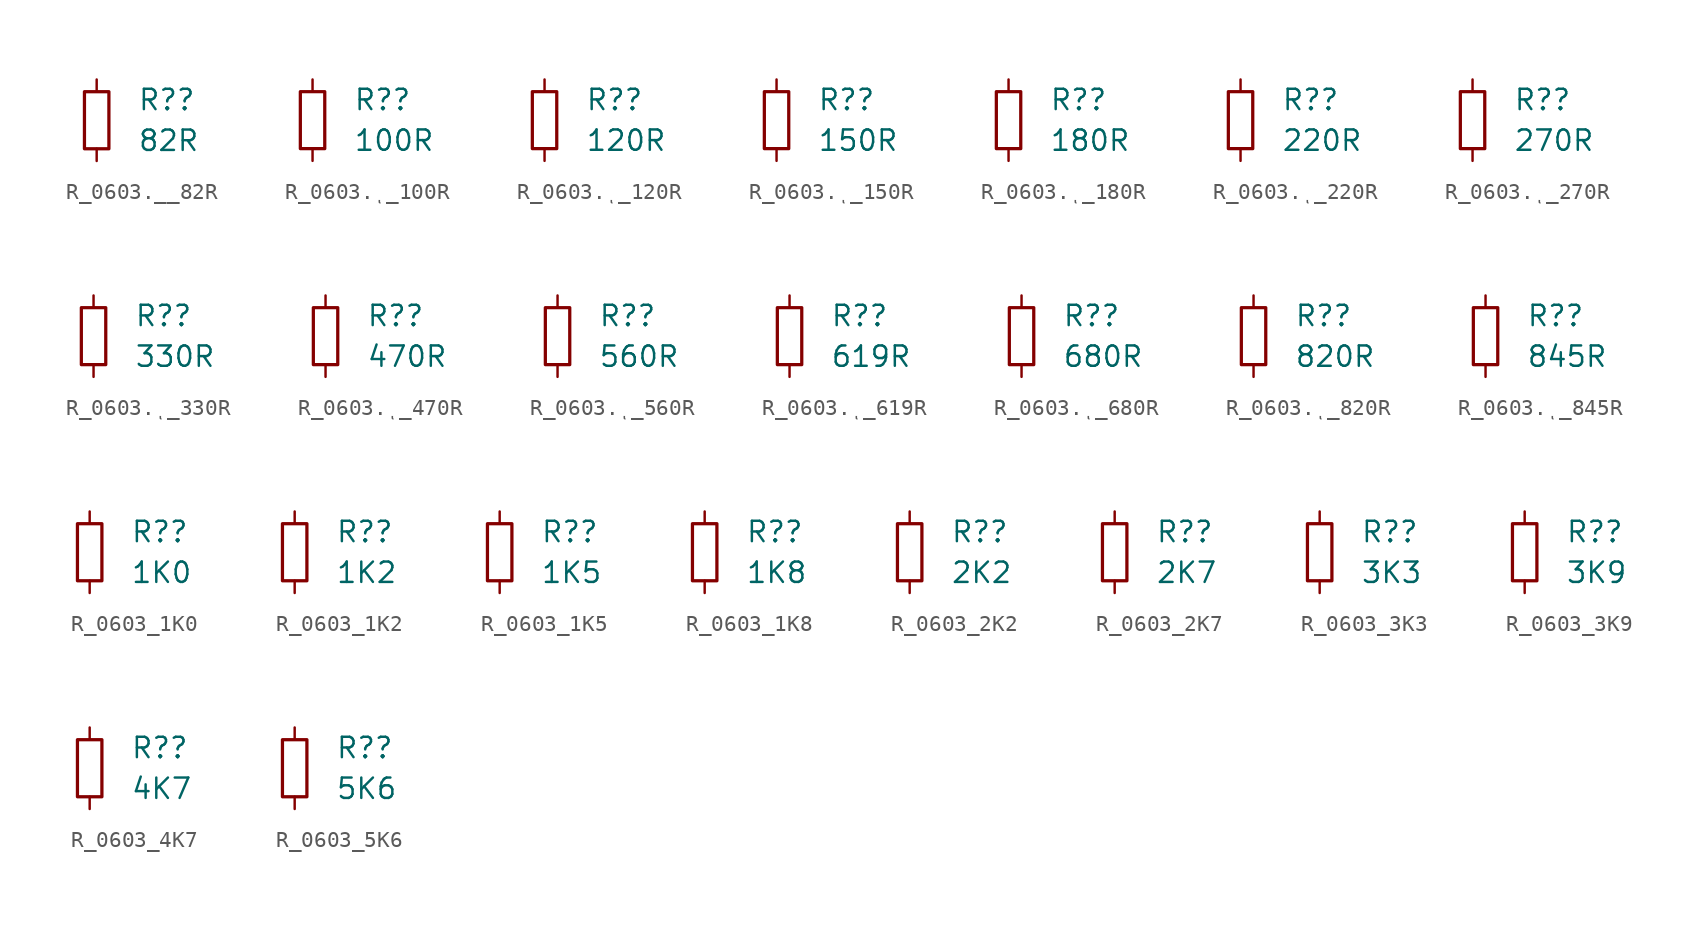
<source format=kicad_sym>
(kicad_symbol_lib
  (version 20231120)
  (generator "kicad_symbol_editor")
  (generator_version "8.0")
  (symbol "R_0603.__82R"
    (pin_numbers hide)
    (pin_names
      (offset 0.254) hide)
    (property "Reference" "R?"
      (at 2.54 1.27 0)
      (effects (font (size 1.27 1.27)) (justify left)))
    (property "Value" "82R"
      (at 2.54 -1.27 0)
      (effects (font (size 1.27 1.27)) (justify left)))
    (symbol "R_0603.__82R_0_1"
      (rectangle (start -0.762 1.778) (end 0.762 -1.778) (stroke (width 0.203) (type default)) (fill (type none))))
    (symbol "R_0603.__82R_1_1"
      (pin passive line (at 0 2.54 270) (length 0.762) (name "~" (effects (font (size 1.27 1.27)))) (number "1" (effects (font (size 1.27 1.27)))))
      (pin passive line (at 0 -2.54 90) (length 0.762) (name "~" (effects (font (size 1.27 1.27)))) (number "2" (effects (font (size 1.27 1.27)))))))
  (symbol "R_0603.ͺ_100R"
    (pin_numbers hide)
    (pin_names
      (offset 0.254) hide)
    (property "Reference" "R?"
      (at 2.54 1.27 0)
      (effects (font (size 1.27 1.27)) (justify left)))
    (property "Value" "100R"
      (at 2.54 -1.27 0)
      (effects (font (size 1.27 1.27)) (justify left)))
    (symbol "R_0603.ͺ_100R_0_1"
      (rectangle (start -0.762 1.778) (end 0.762 -1.778) (stroke (width 0.203) (type default)) (fill (type none))))
    (symbol "R_0603.ͺ_100R_1_1"
      (pin passive line (at 0 2.54 270) (length 0.762) (name "~" (effects (font (size 1.27 1.27)))) (number "1" (effects (font (size 1.27 1.27)))))
      (pin passive line (at 0 -2.54 90) (length 0.762) (name "~" (effects (font (size 1.27 1.27)))) (number "2" (effects (font (size 1.27 1.27)))))))
  (symbol "R_0603.ͺ_120R"
    (pin_numbers hide)
    (pin_names
      (offset 0.254) hide)
    (property "Reference" "R?"
      (at 2.54 1.27 0)
      (effects (font (size 1.27 1.27)) (justify left)))
    (property "Value" "120R"
      (at 2.54 -1.27 0)
      (effects (font (size 1.27 1.27)) (justify left)))
    (symbol "R_0603.ͺ_120R_0_1"
      (rectangle (start -0.762 1.778) (end 0.762 -1.778) (stroke (width 0.203) (type default)) (fill (type none))))
    (symbol "R_0603.ͺ_120R_1_1"
      (pin passive line (at 0 2.54 270) (length 0.762) (name "~" (effects (font (size 1.27 1.27)))) (number "1" (effects (font (size 1.27 1.27)))))
      (pin passive line (at 0 -2.54 90) (length 0.762) (name "~" (effects (font (size 1.27 1.27)))) (number "2" (effects (font (size 1.27 1.27)))))))
  (symbol "R_0603.ͺ_150R"
    (pin_numbers hide)
    (pin_names
      (offset 0.254) hide)
    (property "Reference" "R?"
      (at 2.54 1.27 0)
      (effects (font (size 1.27 1.27)) (justify left)))
    (property "Value" "150R"
      (at 2.54 -1.27 0)
      (effects (font (size 1.27 1.27)) (justify left)))
    (symbol "R_0603.ͺ_150R_0_1"
      (rectangle (start -0.762 1.778) (end 0.762 -1.778) (stroke (width 0.203) (type default)) (fill (type none))))
    (symbol "R_0603.ͺ_150R_1_1"
      (pin passive line (at 0 2.54 270) (length 0.762) (name "~" (effects (font (size 1.27 1.27)))) (number "1" (effects (font (size 1.27 1.27)))))
      (pin passive line (at 0 -2.54 90) (length 0.762) (name "~" (effects (font (size 1.27 1.27)))) (number "2" (effects (font (size 1.27 1.27)))))))
  (symbol "R_0603.ͺ_180R"
    (pin_numbers hide)
    (pin_names
      (offset 0.254) hide)
    (property "Reference" "R?"
      (at 2.54 1.27 0)
      (effects (font (size 1.27 1.27)) (justify left)))
    (property "Value" "180R"
      (at 2.54 -1.27 0)
      (effects (font (size 1.27 1.27)) (justify left)))
    (symbol "R_0603.ͺ_180R_0_1"
      (rectangle (start -0.762 1.778) (end 0.762 -1.778) (stroke (width 0.203) (type default)) (fill (type none))))
    (symbol "R_0603.ͺ_180R_1_1"
      (pin passive line (at 0 2.54 270) (length 0.762) (name "~" (effects (font (size 1.27 1.27)))) (number "1" (effects (font (size 1.27 1.27)))))
      (pin passive line (at 0 -2.54 90) (length 0.762) (name "~" (effects (font (size 1.27 1.27)))) (number "2" (effects (font (size 1.27 1.27)))))))
  (symbol "R_0603.ͺ_220R"
    (pin_numbers hide)
    (pin_names
      (offset 0.254) hide)
    (property "Reference" "R?"
      (at 2.54 1.27 0)
      (effects (font (size 1.27 1.27)) (justify left)))
    (property "Value" "220R"
      (at 2.54 -1.27 0)
      (effects (font (size 1.27 1.27)) (justify left)))
    (symbol "R_0603.ͺ_220R_0_1"
      (rectangle (start -0.762 1.778) (end 0.762 -1.778) (stroke (width 0.203) (type default)) (fill (type none))))
    (symbol "R_0603.ͺ_220R_1_1"
      (pin passive line (at 0 2.54 270) (length 0.762) (name "~" (effects (font (size 1.27 1.27)))) (number "1" (effects (font (size 1.27 1.27)))))
      (pin passive line (at 0 -2.54 90) (length 0.762) (name "~" (effects (font (size 1.27 1.27)))) (number "2" (effects (font (size 1.27 1.27)))))))
  (symbol "R_0603.ͺ_270R"
    (pin_numbers hide)
    (pin_names
      (offset 0.254) hide)
    (property "Reference" "R?"
      (at 2.54 1.27 0)
      (effects (font (size 1.27 1.27)) (justify left)))
    (property "Value" "270R"
      (at 2.54 -1.27 0)
      (effects (font (size 1.27 1.27)) (justify left)))
    (symbol "R_0603.ͺ_270R_0_1"
      (rectangle (start -0.762 1.778) (end 0.762 -1.778) (stroke (width 0.203) (type default)) (fill (type none))))
    (symbol "R_0603.ͺ_270R_1_1"
      (pin passive line (at 0 2.54 270) (length 0.762) (name "~" (effects (font (size 1.27 1.27)))) (number "1" (effects (font (size 1.27 1.27)))))
      (pin passive line (at 0 -2.54 90) (length 0.762) (name "~" (effects (font (size 1.27 1.27)))) (number "2" (effects (font (size 1.27 1.27)))))))
  (symbol "R_0603.ͺ_330R"
    (pin_numbers hide)
    (pin_names
      (offset 0.254) hide)
    (property "Reference" "R?"
      (at 2.54 1.27 0)
      (effects (font (size 1.27 1.27)) (justify left)))
    (property "Value" "330R"
      (at 2.54 -1.27 0)
      (effects (font (size 1.27 1.27)) (justify left)))
    (symbol "R_0603.ͺ_330R_0_1"
      (rectangle (start -0.762 1.778) (end 0.762 -1.778) (stroke (width 0.203) (type default)) (fill (type none))))
    (symbol "R_0603.ͺ_330R_1_1"
      (pin passive line (at 0 2.54 270) (length 0.762) (name "~" (effects (font (size 1.27 1.27)))) (number "1" (effects (font (size 1.27 1.27)))))
      (pin passive line (at 0 -2.54 90) (length 0.762) (name "~" (effects (font (size 1.27 1.27)))) (number "2" (effects (font (size 1.27 1.27)))))))
  (symbol "R_0603.ͺ_470R"
    (pin_numbers hide)
    (pin_names
      (offset 0.254) hide)
    (property "Reference" "R?"
      (at 2.54 1.27 0)
      (effects (font (size 1.27 1.27)) (justify left)))
    (property "Value" "470R"
      (at 2.54 -1.27 0)
      (effects (font (size 1.27 1.27)) (justify left)))
    (symbol "R_0603.ͺ_470R_0_1"
      (rectangle (start -0.762 1.778) (end 0.762 -1.778) (stroke (width 0.203) (type default)) (fill (type none))))
    (symbol "R_0603.ͺ_470R_1_1"
      (pin passive line (at 0 2.54 270) (length 0.762) (name "~" (effects (font (size 1.27 1.27)))) (number "1" (effects (font (size 1.27 1.27)))))
      (pin passive line (at 0 -2.54 90) (length 0.762) (name "~" (effects (font (size 1.27 1.27)))) (number "2" (effects (font (size 1.27 1.27)))))))
  (symbol "R_0603.ͺ_560R"
    (pin_numbers hide)
    (pin_names
      (offset 0.254) hide)
    (property "Reference" "R?"
      (at 2.54 1.27 0)
      (effects (font (size 1.27 1.27)) (justify left)))
    (property "Value" "560R"
      (at 2.54 -1.27 0)
      (effects (font (size 1.27 1.27)) (justify left)))
    (symbol "R_0603.ͺ_560R_0_1"
      (rectangle (start -0.762 1.778) (end 0.762 -1.778) (stroke (width 0.203) (type default)) (fill (type none))))
    (symbol "R_0603.ͺ_560R_1_1"
      (pin passive line (at 0 2.54 270) (length 0.762) (name "~" (effects (font (size 1.27 1.27)))) (number "1" (effects (font (size 1.27 1.27)))))
      (pin passive line (at 0 -2.54 90) (length 0.762) (name "~" (effects (font (size 1.27 1.27)))) (number "2" (effects (font (size 1.27 1.27)))))))
  (symbol "R_0603.ͺ_619R"
    (pin_numbers hide)
    (pin_names
      (offset 0.254) hide)
    (property "Reference" "R?"
      (at 2.54 1.27 0)
      (effects (font (size 1.27 1.27)) (justify left)))
    (property "Value" "619R"
      (at 2.54 -1.27 0)
      (effects (font (size 1.27 1.27)) (justify left)))
    (symbol "R_0603.ͺ_619R_0_1"
      (rectangle (start -0.762 1.778) (end 0.762 -1.778) (stroke (width 0.203) (type default)) (fill (type none))))
    (symbol "R_0603.ͺ_619R_1_1"
      (pin passive line (at 0 2.54 270) (length 0.762) (name "~" (effects (font (size 1.27 1.27)))) (number "1" (effects (font (size 1.27 1.27)))))
      (pin passive line (at 0 -2.54 90) (length 0.762) (name "~" (effects (font (size 1.27 1.27)))) (number "2" (effects (font (size 1.27 1.27)))))))
  (symbol "R_0603.ͺ_680R"
    (pin_numbers hide)
    (pin_names
      (offset 0.254) hide)
    (property "Reference" "R?"
      (at 2.54 1.27 0)
      (effects (font (size 1.27 1.27)) (justify left)))
    (property "Value" "680R"
      (at 2.54 -1.27 0)
      (effects (font (size 1.27 1.27)) (justify left)))
    (symbol "R_0603.ͺ_680R_0_1"
      (rectangle (start -0.762 1.778) (end 0.762 -1.778) (stroke (width 0.203) (type default)) (fill (type none))))
    (symbol "R_0603.ͺ_680R_1_1"
      (pin passive line (at 0 2.54 270) (length 0.762) (name "~" (effects (font (size 1.27 1.27)))) (number "1" (effects (font (size 1.27 1.27)))))
      (pin passive line (at 0 -2.54 90) (length 0.762) (name "~" (effects (font (size 1.27 1.27)))) (number "2" (effects (font (size 1.27 1.27)))))))
  (symbol "R_0603.ͺ_820R"
    (pin_numbers hide)
    (pin_names
      (offset 0.254) hide)
    (property "Reference" "R?"
      (at 2.54 1.27 0)
      (effects (font (size 1.27 1.27)) (justify left)))
    (property "Value" "820R"
      (at 2.54 -1.27 0)
      (effects (font (size 1.27 1.27)) (justify left)))
    (symbol "R_0603.ͺ_820R_0_1"
      (rectangle (start -0.762 1.778) (end 0.762 -1.778) (stroke (width 0.203) (type default)) (fill (type none))))
    (symbol "R_0603.ͺ_820R_1_1"
      (pin passive line (at 0 2.54 270) (length 0.762) (name "~" (effects (font (size 1.27 1.27)))) (number "1" (effects (font (size 1.27 1.27)))))
      (pin passive line (at 0 -2.54 90) (length 0.762) (name "~" (effects (font (size 1.27 1.27)))) (number "2" (effects (font (size 1.27 1.27)))))))
  (symbol "R_0603.ͺ_845R"
    (pin_numbers hide)
    (pin_names
      (offset 0.254) hide)
    (property "Reference" "R?"
      (at 2.54 1.27 0)
      (effects (font (size 1.27 1.27)) (justify left)))
    (property "Value" "845R"
      (at 2.54 -1.27 0)
      (effects (font (size 1.27 1.27)) (justify left)))
    (symbol "R_0603.ͺ_845R_0_1"
      (rectangle (start -0.762 1.778) (end 0.762 -1.778) (stroke (width 0.203) (type default)) (fill (type none))))
    (symbol "R_0603.ͺ_845R_1_1"
      (pin passive line (at 0 2.54 270) (length 0.762) (name "~" (effects (font (size 1.27 1.27)))) (number "1" (effects (font (size 1.27 1.27)))))
      (pin passive line (at 0 -2.54 90) (length 0.762) (name "~" (effects (font (size 1.27 1.27)))) (number "2" (effects (font (size 1.27 1.27)))))))
  (symbol "R_0603_1K0"
    (pin_numbers hide)
    (pin_names
      (offset 0.254) hide)
    (property "Reference" "R?"
      (at 2.54 1.27 0)
      (effects (font (size 1.27 1.27)) (justify left)))
    (property "Value" "1K0"
      (at 2.54 -1.27 0)
      (effects (font (size 1.27 1.27)) (justify left)))
    (symbol "R_0603_1K0_0_1"
      (rectangle (start -0.762 1.778) (end 0.762 -1.778) (stroke (width 0.203) (type default)) (fill (type none))))
    (symbol "R_0603_1K0_1_1"
      (pin passive line (at 0 2.54 270) (length 0.762) (name "~" (effects (font (size 1.27 1.27)))) (number "1" (effects (font (size 1.27 1.27)))))
      (pin passive line (at 0 -2.54 90) (length 0.762) (name "~" (effects (font (size 1.27 1.27)))) (number "2" (effects (font (size 1.27 1.27)))))))
  (symbol "R_0603_1K2"
    (pin_numbers hide)
    (pin_names
      (offset 0.254) hide)
    (property "Reference" "R?"
      (at 2.54 1.27 0)
      (effects (font (size 1.27 1.27)) (justify left)))
    (property "Value" "1K2"
      (at 2.54 -1.27 0)
      (effects (font (size 1.27 1.27)) (justify left)))
    (symbol "R_0603_1K2_0_1"
      (rectangle (start -0.762 1.778) (end 0.762 -1.778) (stroke (width 0.203) (type default)) (fill (type none))))
    (symbol "R_0603_1K2_1_1"
      (pin passive line (at 0 2.54 270) (length 0.762) (name "~" (effects (font (size 1.27 1.27)))) (number "1" (effects (font (size 1.27 1.27)))))
      (pin passive line (at 0 -2.54 90) (length 0.762) (name "~" (effects (font (size 1.27 1.27)))) (number "2" (effects (font (size 1.27 1.27)))))))
  (symbol "R_0603_1K5"
    (pin_numbers hide)
    (pin_names
      (offset 0.254) hide)
    (property "Reference" "R?"
      (at 2.54 1.27 0)
      (effects (font (size 1.27 1.27)) (justify left)))
    (property "Value" "1K5"
      (at 2.54 -1.27 0)
      (effects (font (size 1.27 1.27)) (justify left)))
    (symbol "R_0603_1K5_0_1"
      (rectangle (start -0.762 1.778) (end 0.762 -1.778) (stroke (width 0.203) (type default)) (fill (type none))))
    (symbol "R_0603_1K5_1_1"
      (pin passive line (at 0 2.54 270) (length 0.762) (name "~" (effects (font (size 1.27 1.27)))) (number "1" (effects (font (size 1.27 1.27)))))
      (pin passive line (at 0 -2.54 90) (length 0.762) (name "~" (effects (font (size 1.27 1.27)))) (number "2" (effects (font (size 1.27 1.27)))))))
  (symbol "R_0603_1K8"
    (pin_numbers hide)
    (pin_names
      (offset 0.254) hide)
    (property "Reference" "R?"
      (at 2.54 1.27 0)
      (effects (font (size 1.27 1.27)) (justify left)))
    (property "Value" "1K8"
      (at 2.54 -1.27 0)
      (effects (font (size 1.27 1.27)) (justify left)))
    (symbol "R_0603_1K8_0_1"
      (rectangle (start -0.762 1.778) (end 0.762 -1.778) (stroke (width 0.203) (type default)) (fill (type none))))
    (symbol "R_0603_1K8_1_1"
      (pin passive line (at 0 2.54 270) (length 0.762) (name "~" (effects (font (size 1.27 1.27)))) (number "1" (effects (font (size 1.27 1.27)))))
      (pin passive line (at 0 -2.54 90) (length 0.762) (name "~" (effects (font (size 1.27 1.27)))) (number "2" (effects (font (size 1.27 1.27)))))))
  (symbol "R_0603_2K2"
    (pin_numbers hide)
    (pin_names
      (offset 0.254) hide)
    (property "Reference" "R?"
      (at 2.54 1.27 0)
      (effects (font (size 1.27 1.27)) (justify left)))
    (property "Value" "2K2"
      (at 2.54 -1.27 0)
      (effects (font (size 1.27 1.27)) (justify left)))
    (symbol "R_0603_2K2_0_1"
      (rectangle (start -0.762 1.778) (end 0.762 -1.778) (stroke (width 0.203) (type default)) (fill (type none))))
    (symbol "R_0603_2K2_1_1"
      (pin passive line (at 0 2.54 270) (length 0.762) (name "~" (effects (font (size 1.27 1.27)))) (number "1" (effects (font (size 1.27 1.27)))))
      (pin passive line (at 0 -2.54 90) (length 0.762) (name "~" (effects (font (size 1.27 1.27)))) (number "2" (effects (font (size 1.27 1.27)))))))
  (symbol "R_0603_2K7"
    (pin_numbers hide)
    (pin_names
      (offset 0.254) hide)
    (property "Reference" "R?"
      (at 2.54 1.27 0)
      (effects (font (size 1.27 1.27)) (justify left)))
    (property "Value" "2K7"
      (at 2.54 -1.27 0)
      (effects (font (size 1.27 1.27)) (justify left)))
    (symbol "R_0603_2K7_0_1"
      (rectangle (start -0.762 1.778) (end 0.762 -1.778) (stroke (width 0.203) (type default)) (fill (type none))))
    (symbol "R_0603_2K7_1_1"
      (pin passive line (at 0 2.54 270) (length 0.762) (name "~" (effects (font (size 1.27 1.27)))) (number "1" (effects (font (size 1.27 1.27)))))
      (pin passive line (at 0 -2.54 90) (length 0.762) (name "~" (effects (font (size 1.27 1.27)))) (number "2" (effects (font (size 1.27 1.27)))))))
  (symbol "R_0603_3K3"
    (pin_numbers hide)
    (pin_names
      (offset 0.254) hide)
    (property "Reference" "R?"
      (at 2.54 1.27 0)
      (effects (font (size 1.27 1.27)) (justify left)))
    (property "Value" "3K3"
      (at 2.54 -1.27 0)
      (effects (font (size 1.27 1.27)) (justify left)))
    (symbol "R_0603_3K3_0_1"
      (rectangle (start -0.762 1.778) (end 0.762 -1.778) (stroke (width 0.203) (type default)) (fill (type none))))
    (symbol "R_0603_3K3_1_1"
      (pin passive line (at 0 2.54 270) (length 0.762) (name "~" (effects (font (size 1.27 1.27)))) (number "1" (effects (font (size 1.27 1.27)))))
      (pin passive line (at 0 -2.54 90) (length 0.762) (name "~" (effects (font (size 1.27 1.27)))) (number "2" (effects (font (size 1.27 1.27)))))))
  (symbol "R_0603_3K9"
    (pin_numbers hide)
    (pin_names
      (offset 0.254) hide)
    (property "Reference" "R?"
      (at 2.54 1.27 0)
      (effects (font (size 1.27 1.27)) (justify left)))
    (property "Value" "3K9"
      (at 2.54 -1.27 0)
      (effects (font (size 1.27 1.27)) (justify left)))
    (symbol "R_0603_3K9_0_1"
      (rectangle (start -0.762 1.778) (end 0.762 -1.778) (stroke (width 0.203) (type default)) (fill (type none))))
    (symbol "R_0603_3K9_1_1"
      (pin passive line (at 0 2.54 270) (length 0.762) (name "~" (effects (font (size 1.27 1.27)))) (number "1" (effects (font (size 1.27 1.27)))))
      (pin passive line (at 0 -2.54 90) (length 0.762) (name "~" (effects (font (size 1.27 1.27)))) (number "2" (effects (font (size 1.27 1.27)))))))
  (symbol "R_0603_4K7"
    (pin_numbers hide)
    (pin_names
      (offset 0.254) hide)
    (property "Reference" "R?"
      (at 2.54 1.27 0)
      (effects (font (size 1.27 1.27)) (justify left)))
    (property "Value" "4K7"
      (at 2.54 -1.27 0)
      (effects (font (size 1.27 1.27)) (justify left)))
    (symbol "R_0603_4K7_0_1"
      (rectangle (start -0.762 1.778) (end 0.762 -1.778) (stroke (width 0.203) (type default)) (fill (type none))))
    (symbol "R_0603_4K7_1_1"
      (pin passive line (at 0 2.54 270) (length 0.762) (name "~" (effects (font (size 1.27 1.27)))) (number "1" (effects (font (size 1.27 1.27)))))
      (pin passive line (at 0 -2.54 90) (length 0.762) (name "~" (effects (font (size 1.27 1.27)))) (number "2" (effects (font (size 1.27 1.27)))))))
  (symbol "R_0603_5K6"
    (pin_numbers hide)
    (pin_names
      (offset 0.254) hide)
    (property "Reference" "R?"
      (at 2.54 1.27 0)
      (effects (font (size 1.27 1.27)) (justify left)))
    (property "Value" "5K6"
      (at 2.54 -1.27 0)
      (effects (font (size 1.27 1.27)) (justify left)))
    (symbol "R_0603_5K6_0_1"
      (rectangle (start -0.762 1.778) (end 0.762 -1.778) (stroke (width 0.203) (type default)) (fill (type none))))
    (symbol "R_0603_5K6_1_1"
      (pin passive line (at 0 2.54 270) (length 0.762) (name "~" (effects (font (size 1.27 1.27)))) (number "1" (effects (font (size 1.27 1.27)))))
      (pin passive line (at 0 -2.54 90) (length 0.762) (name "~" (effects (font (size 1.27 1.27)))) (number "2" (effects (font (size 1.27 1.27))))))))
</source>
